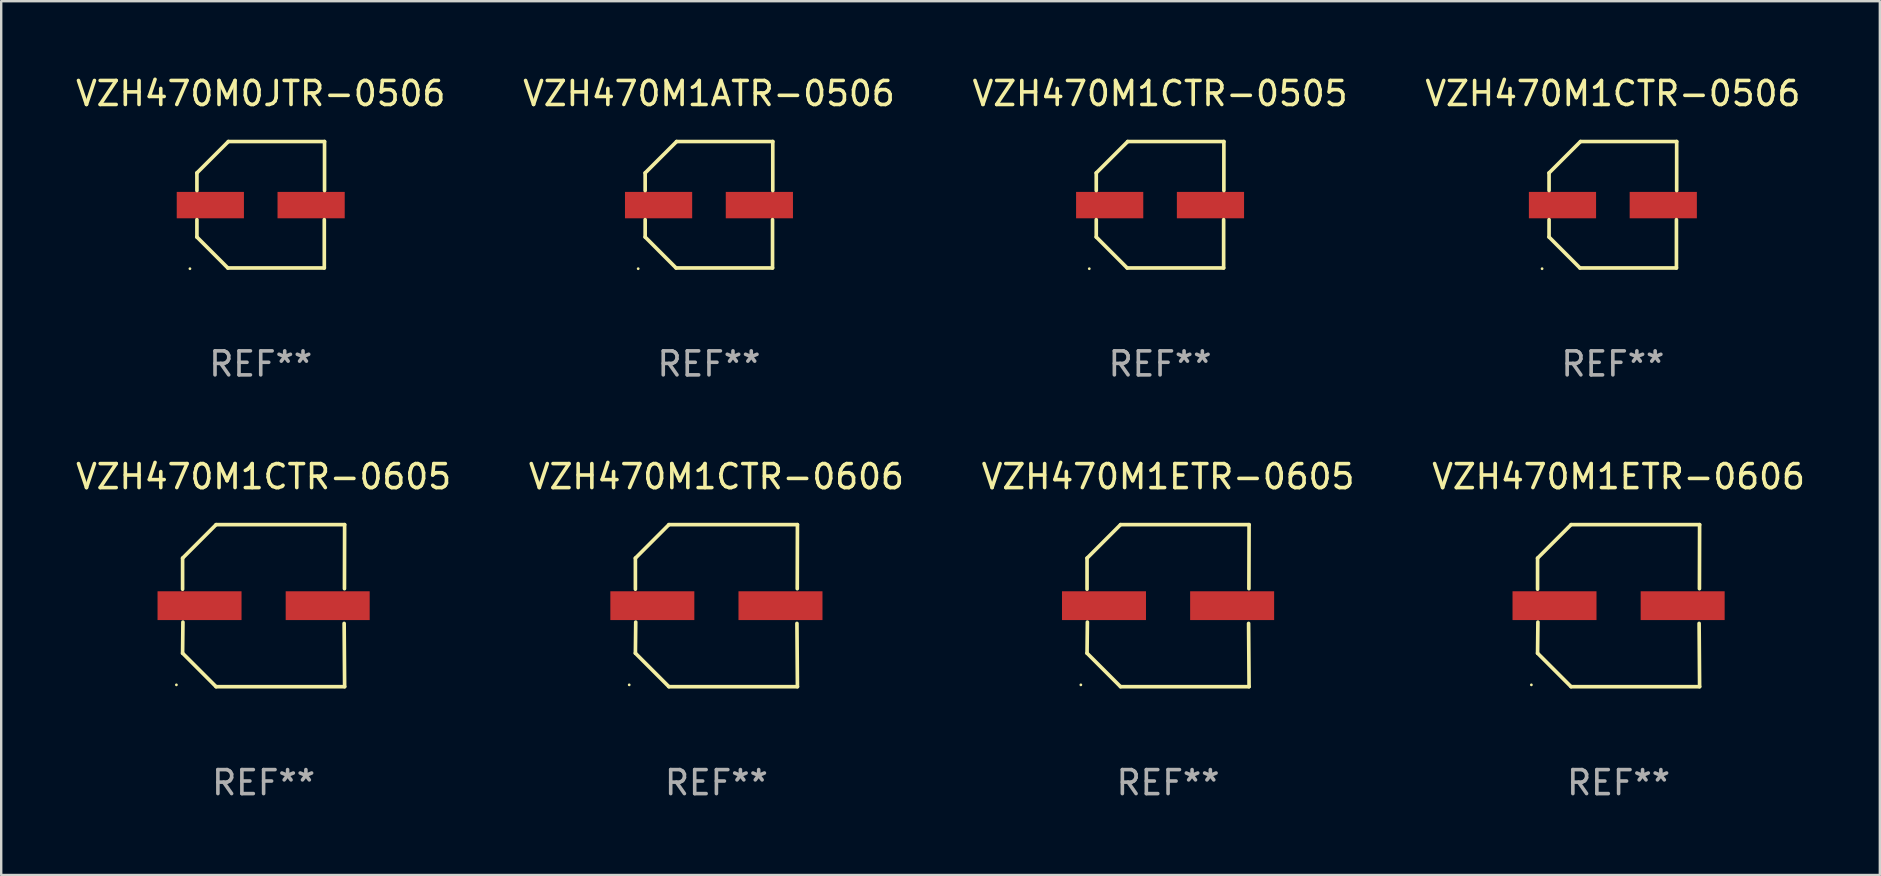
<source format=kicad_pcb>
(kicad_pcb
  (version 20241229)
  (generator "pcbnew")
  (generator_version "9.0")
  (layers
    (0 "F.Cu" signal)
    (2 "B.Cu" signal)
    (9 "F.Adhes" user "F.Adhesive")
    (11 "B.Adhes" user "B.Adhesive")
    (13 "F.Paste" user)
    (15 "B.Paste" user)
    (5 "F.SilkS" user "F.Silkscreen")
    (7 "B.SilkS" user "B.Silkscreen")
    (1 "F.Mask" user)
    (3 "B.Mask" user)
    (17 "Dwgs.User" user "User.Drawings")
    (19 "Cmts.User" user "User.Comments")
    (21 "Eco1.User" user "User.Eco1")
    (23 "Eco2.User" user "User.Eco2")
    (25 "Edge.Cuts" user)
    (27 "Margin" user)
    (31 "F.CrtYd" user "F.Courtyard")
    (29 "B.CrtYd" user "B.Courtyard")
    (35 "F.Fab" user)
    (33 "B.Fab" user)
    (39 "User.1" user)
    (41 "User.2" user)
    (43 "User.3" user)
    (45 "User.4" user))
  (footprint "VZH470M1CTR-0605"
    (layer "F.Cu")
    (at 7.935 22.189)
    (property "Reference" "VZH470M1CTR-0605" (at 0 -5.376 0) (layer "F.SilkS") (effects (font (size 1 1) (thickness 0.15))))
    (attr through_hole)
    (fp_line (start -3.376 -1.98) (end -3.376 -0.686) (stroke (width 0.152) (type solid)) (layer "F.SilkS"))
    (fp_line (start -3.376 1.981) (end -3.362 0.686) (stroke (width 0.152) (type solid)) (layer "F.SilkS"))
    (fp_line (start -1.981 3.376) (end -3.376 1.981) (stroke (width 0.152) (type solid)) (layer "F.SilkS"))
    (fp_line (start -1.98 -3.376) (end -3.376 -1.98) (stroke (width 0.152) (type solid)) (layer "F.SilkS"))
    (fp_line (start 3.356 0.74) (end 3.376 3.376) (stroke (width 0.152) (type solid)) (layer "F.SilkS"))
    (fp_line (start 3.369 -0.707) (end 3.376 -3.376) (stroke (width 0.152) (type solid)) (layer "F.SilkS"))
    (fp_line (start 3.376 3.376) (end -1.981 3.376) (stroke (width 0.152) (type solid)) (layer "F.SilkS"))
    (fp_line (start 3.376 -3.376) (end -1.98 -3.376) (stroke (width 0.152) (type solid)) (layer "F.SilkS"))
    (fp_circle (center -3.634 3.3) (end -3.604 3.3) (stroke (width 0.06) (type solid)) (fill no) (layer "F.SilkS"))
    (fp_text user "REF**" (at 0 7.376 0) (layer "F.Fab") (effects (font (size 1 1) (thickness 0.15))))
    (pad "1" smd rect (at -2.67 0.000254) (size 3.5 1.2) (layers "F.Cu" "F.Mask" "F.Paste"))
    (pad "2" smd rect (at 2.67 0.000254) (size 3.5 1.2) (layers "F.Cu" "F.Mask" "F.Paste")))
  (footprint "VZH470M1ETR-0605"
    (layer "F.Cu")
    (at 45.625 22.189)
    (property "Reference" "VZH470M1ETR-0605" (at 0 -5.376 0) (layer "F.SilkS") (effects (font (size 1 1) (thickness 0.15))))
    (attr through_hole)
    (fp_line (start -3.376 -1.98) (end -3.376 -0.686) (stroke (width 0.152) (type solid)) (layer "F.SilkS"))
    (fp_line (start -3.376 1.981) (end -3.362 0.686) (stroke (width 0.152) (type solid)) (layer "F.SilkS"))
    (fp_line (start -1.981 3.376) (end -3.376 1.981) (stroke (width 0.152) (type solid)) (layer "F.SilkS"))
    (fp_line (start -1.98 -3.376) (end -3.376 -1.98) (stroke (width 0.152) (type solid)) (layer "F.SilkS"))
    (fp_line (start 3.356 0.74) (end 3.376 3.376) (stroke (width 0.152) (type solid)) (layer "F.SilkS"))
    (fp_line (start 3.369 -0.707) (end 3.376 -3.376) (stroke (width 0.152) (type solid)) (layer "F.SilkS"))
    (fp_line (start 3.376 3.376) (end -1.981 3.376) (stroke (width 0.152) (type solid)) (layer "F.SilkS"))
    (fp_line (start 3.376 -3.376) (end -1.98 -3.376) (stroke (width 0.152) (type solid)) (layer "F.SilkS"))
    (fp_circle (center -3.634 3.3) (end -3.604 3.3) (stroke (width 0.06) (type solid)) (fill no) (layer "F.SilkS"))
    (fp_text user "REF**" (at 0 7.376 0) (layer "F.Fab") (effects (font (size 1 1) (thickness 0.15))))
    (pad "1" smd rect (at -2.67 0.000254) (size 3.5 1.2) (layers "F.Cu" "F.Mask" "F.Paste"))
    (pad "2" smd rect (at 2.67 0.000254) (size 3.5 1.2) (layers "F.Cu" "F.Mask" "F.Paste")))
  (footprint "VZH470M1ETR-0606"
    (layer "F.Cu")
    (at 64.399 22.189)
    (property "Reference" "VZH470M1ETR-0606" (at 0 -5.376 0) (layer "F.SilkS") (effects (font (size 1 1) (thickness 0.15))))
    (attr through_hole)
    (fp_line (start -3.376 -1.98) (end -3.376 -0.686) (stroke (width 0.152) (type solid)) (layer "F.SilkS"))
    (fp_line (start -3.376 1.981) (end -3.362 0.686) (stroke (width 0.152) (type solid)) (layer "F.SilkS"))
    (fp_line (start -1.981 3.376) (end -3.376 1.981) (stroke (width 0.152) (type solid)) (layer "F.SilkS"))
    (fp_line (start -1.98 -3.376) (end -3.376 -1.98) (stroke (width 0.152) (type solid)) (layer "F.SilkS"))
    (fp_line (start 3.356 0.74) (end 3.376 3.376) (stroke (width 0.152) (type solid)) (layer "F.SilkS"))
    (fp_line (start 3.369 -0.707) (end 3.376 -3.376) (stroke (width 0.152) (type solid)) (layer "F.SilkS"))
    (fp_line (start 3.376 3.376) (end -1.981 3.376) (stroke (width 0.152) (type solid)) (layer "F.SilkS"))
    (fp_line (start 3.376 -3.376) (end -1.98 -3.376) (stroke (width 0.152) (type solid)) (layer "F.SilkS"))
    (fp_circle (center -3.634 3.3) (end -3.604 3.3) (stroke (width 0.06) (type solid)) (fill no) (layer "F.SilkS"))
    (fp_text user "REF**" (at 0 7.376 0) (layer "F.Fab") (effects (font (size 1 1) (thickness 0.15))))
    (pad "1" smd rect (at -2.67 0.000254) (size 3.5 1.2) (layers "F.Cu" "F.Mask" "F.Paste"))
    (pad "2" smd rect (at 2.67 0.000254) (size 3.5 1.2) (layers "F.Cu" "F.Mask" "F.Paste")))
  (footprint "VZH470M1CTR-0606"
    (layer "F.Cu")
    (at 26.804 22.189)
    (property "Reference" "VZH470M1CTR-0606" (at 0 -5.376 0) (layer "F.SilkS") (effects (font (size 1 1) (thickness 0.15))))
    (attr through_hole)
    (fp_line (start -3.376 -1.98) (end -3.376 -0.686) (stroke (width 0.152) (type solid)) (layer "F.SilkS"))
    (fp_line (start -3.376 1.981) (end -3.362 0.686) (stroke (width 0.152) (type solid)) (layer "F.SilkS"))
    (fp_line (start -1.981 3.376) (end -3.376 1.981) (stroke (width 0.152) (type solid)) (layer "F.SilkS"))
    (fp_line (start -1.98 -3.376) (end -3.376 -1.98) (stroke (width 0.152) (type solid)) (layer "F.SilkS"))
    (fp_line (start 3.356 0.74) (end 3.376 3.376) (stroke (width 0.152) (type solid)) (layer "F.SilkS"))
    (fp_line (start 3.369 -0.707) (end 3.376 -3.376) (stroke (width 0.152) (type solid)) (layer "F.SilkS"))
    (fp_line (start 3.376 3.376) (end -1.981 3.376) (stroke (width 0.152) (type solid)) (layer "F.SilkS"))
    (fp_line (start 3.376 -3.376) (end -1.98 -3.376) (stroke (width 0.152) (type solid)) (layer "F.SilkS"))
    (fp_circle (center -3.634 3.3) (end -3.604 3.3) (stroke (width 0.06) (type solid)) (fill no) (layer "F.SilkS"))
    (fp_text user "REF**" (at 0 7.376 0) (layer "F.Fab") (effects (font (size 1 1) (thickness 0.15))))
    (pad "1" smd rect (at -2.67 0.000254) (size 3.5 1.2) (layers "F.Cu" "F.Mask" "F.Paste"))
    (pad "2" smd rect (at 2.67 0.000254) (size 3.5 1.2) (layers "F.Cu" "F.Mask" "F.Paste")))
  (footprint "VZH470M1CTR-0505"
    (layer "F.Cu")
    (at 45.292 5.482)
    (property "Reference" "VZH470M1CTR-0505" (at 0 -4.634 0) (layer "F.SilkS") (effects (font (size 1 1) (thickness 0.15))))
    (attr through_hole)
    (fp_line (start -2.659 -1.326) (end -2.659 -0.592) (stroke (width 0.152) (type solid)) (layer "F.SilkS"))
    (fp_line (start -2.659 1.346) (end -2.659 0.622) (stroke (width 0.152) (type solid)) (layer "F.SilkS"))
    (fp_line (start -1.372 2.634) (end -2.659 1.346) (stroke (width 0.152) (type solid)) (layer "F.SilkS"))
    (fp_line (start -1.349 -2.634) (end -2.659 -1.326) (stroke (width 0.152) (type solid)) (layer "F.SilkS"))
    (fp_line (start 2.649 0.622) (end 2.649 2.634) (stroke (width 0.152) (type solid)) (layer "F.SilkS"))
    (fp_line (start 2.649 2.634) (end -1.372 2.634) (stroke (width 0.152) (type solid)) (layer "F.SilkS"))
    (fp_line (start 2.659 -2.634) (end -1.349 -2.634) (stroke (width 0.152) (type solid)) (layer "F.SilkS"))
    (fp_line (start 2.659 -0.592) (end 2.659 -2.634) (stroke (width 0.152) (type solid)) (layer "F.SilkS"))
    (fp_circle (center -2.95 2.665) (end -2.92 2.665) (stroke (width 0.06) (type solid)) (fill no) (layer "F.SilkS"))
    (fp_text user "REF**" (at 0 6.634 0) (layer "F.Fab") (effects (font (size 1 1) (thickness 0.15))))
    (pad "1" smd rect (at -2.1 0.015) (size 2.8 1.1) (layers "F.Cu" "F.Mask" "F.Paste"))
    (pad "2" smd rect (at 2.1 0.015) (size 2.8 1.1) (layers "F.Cu" "F.Mask" "F.Paste")))
  (footprint "VZH470M0JTR-0506"
    (layer "F.Cu")
    (at 7.815 5.482)
    (property "Reference" "VZH470M0JTR-0506" (at 0 -4.634 0) (layer "F.SilkS") (effects (font (size 1 1) (thickness 0.15))))
    (attr through_hole)
    (fp_line (start -2.659 -1.326) (end -2.659 -0.592) (stroke (width 0.152) (type solid)) (layer "F.SilkS"))
    (fp_line (start -2.659 1.346) (end -2.659 0.622) (stroke (width 0.152) (type solid)) (layer "F.SilkS"))
    (fp_line (start -1.372 2.634) (end -2.659 1.346) (stroke (width 0.152) (type solid)) (layer "F.SilkS"))
    (fp_line (start -1.349 -2.634) (end -2.659 -1.326) (stroke (width 0.152) (type solid)) (layer "F.SilkS"))
    (fp_line (start 2.649 0.622) (end 2.649 2.634) (stroke (width 0.152) (type solid)) (layer "F.SilkS"))
    (fp_line (start 2.649 2.634) (end -1.372 2.634) (stroke (width 0.152) (type solid)) (layer "F.SilkS"))
    (fp_line (start 2.659 -2.634) (end -1.349 -2.634) (stroke (width 0.152) (type solid)) (layer "F.SilkS"))
    (fp_line (start 2.659 -0.592) (end 2.659 -2.634) (stroke (width 0.152) (type solid)) (layer "F.SilkS"))
    (fp_circle (center -2.95 2.665) (end -2.92 2.665) (stroke (width 0.06) (type solid)) (fill no) (layer "F.SilkS"))
    (fp_text user "REF**" (at 0 6.634 0) (layer "F.Fab") (effects (font (size 1 1) (thickness 0.15))))
    (pad "1" smd rect (at -2.1 0.015) (size 2.8 1.1) (layers "F.Cu" "F.Mask" "F.Paste"))
    (pad "2" smd rect (at 2.1 0.015) (size 2.8 1.1) (layers "F.Cu" "F.Mask" "F.Paste")))
  (footprint "VZH470M1CTR-0506"
    (layer "F.Cu")
    (at 64.161 5.482)
    (property "Reference" "VZH470M1CTR-0506" (at 0 -4.634 0) (layer "F.SilkS") (effects (font (size 1 1) (thickness 0.15))))
    (attr through_hole)
    (fp_line (start -2.659 -1.326) (end -2.659 -0.592) (stroke (width 0.152) (type solid)) (layer "F.SilkS"))
    (fp_line (start -2.659 1.346) (end -2.659 0.622) (stroke (width 0.152) (type solid)) (layer "F.SilkS"))
    (fp_line (start -1.372 2.634) (end -2.659 1.346) (stroke (width 0.152) (type solid)) (layer "F.SilkS"))
    (fp_line (start -1.349 -2.634) (end -2.659 -1.326) (stroke (width 0.152) (type solid)) (layer "F.SilkS"))
    (fp_line (start 2.649 0.622) (end 2.649 2.634) (stroke (width 0.152) (type solid)) (layer "F.SilkS"))
    (fp_line (start 2.649 2.634) (end -1.372 2.634) (stroke (width 0.152) (type solid)) (layer "F.SilkS"))
    (fp_line (start 2.659 -2.634) (end -1.349 -2.634) (stroke (width 0.152) (type solid)) (layer "F.SilkS"))
    (fp_line (start 2.659 -0.592) (end 2.659 -2.634) (stroke (width 0.152) (type solid)) (layer "F.SilkS"))
    (fp_circle (center -2.95 2.665) (end -2.92 2.665) (stroke (width 0.06) (type solid)) (fill no) (layer "F.SilkS"))
    (fp_text user "REF**" (at 0 6.634 0) (layer "F.Fab") (effects (font (size 1 1) (thickness 0.15))))
    (pad "1" smd rect (at -2.1 0.015) (size 2.8 1.1) (layers "F.Cu" "F.Mask" "F.Paste"))
    (pad "2" smd rect (at 2.1 0.015) (size 2.8 1.1) (layers "F.Cu" "F.Mask" "F.Paste")))
  (footprint "VZH470M1ATR-0506"
    (layer "F.Cu")
    (at 26.494 5.482)
    (property "Reference" "VZH470M1ATR-0506" (at 0 -4.634 0) (layer "F.SilkS") (effects (font (size 1 1) (thickness 0.15))))
    (attr through_hole)
    (fp_line (start -2.659 -1.326) (end -2.659 -0.592) (stroke (width 0.152) (type solid)) (layer "F.SilkS"))
    (fp_line (start -2.659 1.346) (end -2.659 0.622) (stroke (width 0.152) (type solid)) (layer "F.SilkS"))
    (fp_line (start -1.372 2.634) (end -2.659 1.346) (stroke (width 0.152) (type solid)) (layer "F.SilkS"))
    (fp_line (start -1.349 -2.634) (end -2.659 -1.326) (stroke (width 0.152) (type solid)) (layer "F.SilkS"))
    (fp_line (start 2.649 0.622) (end 2.649 2.634) (stroke (width 0.152) (type solid)) (layer "F.SilkS"))
    (fp_line (start 2.649 2.634) (end -1.372 2.634) (stroke (width 0.152) (type solid)) (layer "F.SilkS"))
    (fp_line (start 2.659 -2.634) (end -1.349 -2.634) (stroke (width 0.152) (type solid)) (layer "F.SilkS"))
    (fp_line (start 2.659 -0.592) (end 2.659 -2.634) (stroke (width 0.152) (type solid)) (layer "F.SilkS"))
    (fp_circle (center -2.95 2.665) (end -2.92 2.665) (stroke (width 0.06) (type solid)) (fill no) (layer "F.SilkS"))
    (fp_text user "REF**" (at 0 6.634 0) (layer "F.Fab") (effects (font (size 1 1) (thickness 0.15))))
    (pad "1" smd rect (at -2.1 0.015) (size 2.8 1.1) (layers "F.Cu" "F.Mask" "F.Paste"))
    (pad "2" smd rect (at 2.1 0.015) (size 2.8 1.1) (layers "F.Cu" "F.Mask" "F.Paste")))
  (gr_rect
    (start -3 -3)
    (end 75.286 33.413)
    (stroke (width 0.1) (type default))
    (fill no)
    (layer "Edge.Cuts")))
</source>
